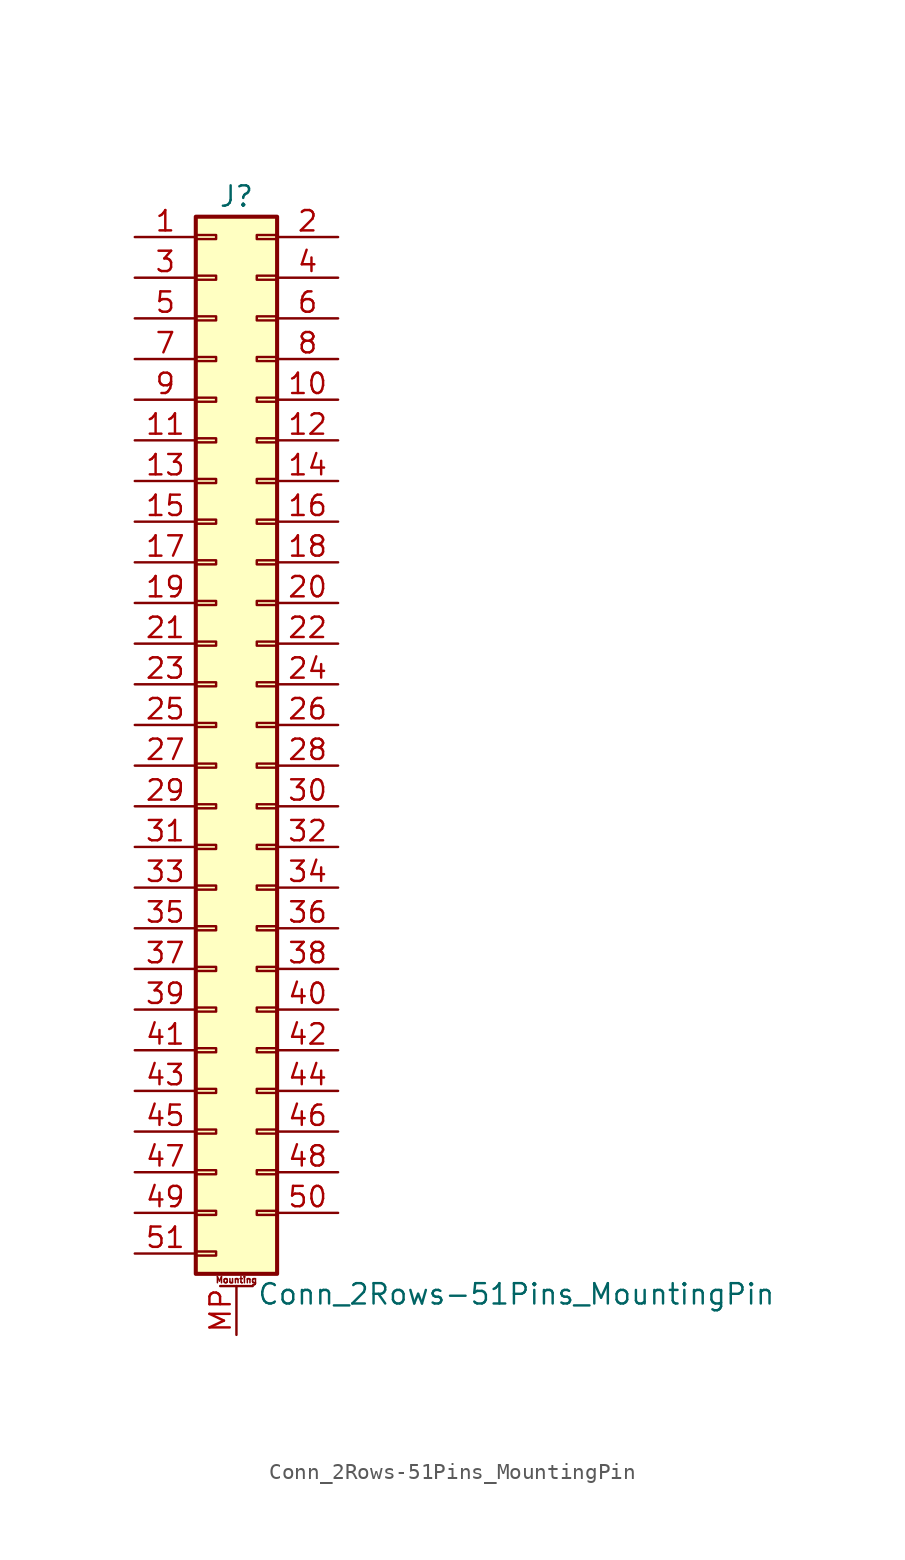
<source format=kicad_sym>
(kicad_symbol_lib
  (version 20211014)
  (generator kicad_symbol_editor)
  (symbol "Conn_2Rows-51Pins_MountingPin"
    (pin_names
      (offset 1.016) hide)
    (property "Reference" "J"
      (at 1.27 33.02 0)
      (effects (font (size 1.27 1.27))))
    (property "Value" "Conn_2Rows-51Pins_MountingPin"
      (at 2.54 -35.56 0)
      (effects (font (size 1.27 1.27)) (justify left)))
    (symbol "Conn_2Rows-51Pins_MountingPin_1_1"
      (rectangle (start -1.27 -32.893) (end 0 -33.147) (stroke (width 0.152) (type default) (color 0 0 0 0)) (fill (type none)))
      (rectangle (start -1.27 -30.353) (end 0 -30.607) (stroke (width 0.152) (type default) (color 0 0 0 0)) (fill (type none)))
      (rectangle (start -1.27 -27.813) (end 0 -28.067) (stroke (width 0.152) (type default) (color 0 0 0 0)) (fill (type none)))
      (rectangle (start -1.27 -25.273) (end 0 -25.527) (stroke (width 0.152) (type default) (color 0 0 0 0)) (fill (type none)))
      (rectangle (start -1.27 -22.733) (end 0 -22.987) (stroke (width 0.152) (type default) (color 0 0 0 0)) (fill (type none)))
      (rectangle (start -1.27 -20.193) (end 0 -20.447) (stroke (width 0.152) (type default) (color 0 0 0 0)) (fill (type none)))
      (rectangle (start -1.27 -17.653) (end 0 -17.907) (stroke (width 0.152) (type default) (color 0 0 0 0)) (fill (type none)))
      (rectangle (start -1.27 -15.113) (end 0 -15.367) (stroke (width 0.152) (type default) (color 0 0 0 0)) (fill (type none)))
      (rectangle (start -1.27 -12.573) (end 0 -12.827) (stroke (width 0.152) (type default) (color 0 0 0 0)) (fill (type none)))
      (rectangle (start -1.27 -10.033) (end 0 -10.287) (stroke (width 0.152) (type default) (color 0 0 0 0)) (fill (type none)))
      (rectangle (start -1.27 -7.493) (end 0 -7.747) (stroke (width 0.152) (type default) (color 0 0 0 0)) (fill (type none)))
      (rectangle (start -1.27 -4.953) (end 0 -5.207) (stroke (width 0.152) (type default) (color 0 0 0 0)) (fill (type none)))
      (rectangle (start -1.27 -2.413) (end 0 -2.667) (stroke (width 0.152) (type default) (color 0 0 0 0)) (fill (type none)))
      (rectangle (start -1.27 0.127) (end 0 -0.127) (stroke (width 0.152) (type default) (color 0 0 0 0)) (fill (type none)))
      (rectangle (start -1.27 2.667) (end 0 2.413) (stroke (width 0.152) (type default) (color 0 0 0 0)) (fill (type none)))
      (rectangle (start -1.27 5.207) (end 0 4.953) (stroke (width 0.152) (type default) (color 0 0 0 0)) (fill (type none)))
      (rectangle (start -1.27 7.747) (end 0 7.493) (stroke (width 0.152) (type default) (color 0 0 0 0)) (fill (type none)))
      (rectangle (start -1.27 10.287) (end 0 10.033) (stroke (width 0.152) (type default) (color 0 0 0 0)) (fill (type none)))
      (rectangle (start -1.27 12.827) (end 0 12.573) (stroke (width 0.152) (type default) (color 0 0 0 0)) (fill (type none)))
      (rectangle (start -1.27 15.367) (end 0 15.113) (stroke (width 0.152) (type default) (color 0 0 0 0)) (fill (type none)))
      (rectangle (start -1.27 17.907) (end 0 17.653) (stroke (width 0.152) (type default) (color 0 0 0 0)) (fill (type none)))
      (rectangle (start -1.27 20.447) (end 0 20.193) (stroke (width 0.152) (type default) (color 0 0 0 0)) (fill (type none)))
      (rectangle (start -1.27 22.987) (end 0 22.733) (stroke (width 0.152) (type default) (color 0 0 0 0)) (fill (type none)))
      (rectangle (start -1.27 25.527) (end 0 25.273) (stroke (width 0.152) (type default) (color 0 0 0 0)) (fill (type none)))
      (rectangle (start -1.27 28.067) (end 0 27.813) (stroke (width 0.152) (type default) (color 0 0 0 0)) (fill (type none)))
      (rectangle (start -1.27 30.607) (end 0 30.353) (stroke (width 0.152) (type default) (color 0 0 0 0)) (fill (type none)))
      (rectangle (start -1.27 31.75) (end 3.81 -34.29) (stroke (width 0.254) (type default) (color 0 0 0 0)) (fill (type background)))
      (polyline (pts (xy 0.254 -35.052) (xy 2.286 -35.052)) (stroke (width 0.152) (type default) (color 0 0 0 0)) (fill (type none)))
      (rectangle (start 3.81 -30.353) (end 2.54 -30.607) (stroke (width 0.152) (type default) (color 0 0 0 0)) (fill (type none)))
      (rectangle (start 3.81 -27.813) (end 2.54 -28.067) (stroke (width 0.152) (type default) (color 0 0 0 0)) (fill (type none)))
      (rectangle (start 3.81 -25.273) (end 2.54 -25.527) (stroke (width 0.152) (type default) (color 0 0 0 0)) (fill (type none)))
      (rectangle (start 3.81 -22.733) (end 2.54 -22.987) (stroke (width 0.152) (type default) (color 0 0 0 0)) (fill (type none)))
      (rectangle (start 3.81 -20.193) (end 2.54 -20.447) (stroke (width 0.152) (type default) (color 0 0 0 0)) (fill (type none)))
      (rectangle (start 3.81 -17.653) (end 2.54 -17.907) (stroke (width 0.152) (type default) (color 0 0 0 0)) (fill (type none)))
      (rectangle (start 3.81 -15.113) (end 2.54 -15.367) (stroke (width 0.152) (type default) (color 0 0 0 0)) (fill (type none)))
      (rectangle (start 3.81 -12.573) (end 2.54 -12.827) (stroke (width 0.152) (type default) (color 0 0 0 0)) (fill (type none)))
      (rectangle (start 3.81 -10.033) (end 2.54 -10.287) (stroke (width 0.152) (type default) (color 0 0 0 0)) (fill (type none)))
      (rectangle (start 3.81 -7.493) (end 2.54 -7.747) (stroke (width 0.152) (type default) (color 0 0 0 0)) (fill (type none)))
      (rectangle (start 3.81 -4.953) (end 2.54 -5.207) (stroke (width 0.152) (type default) (color 0 0 0 0)) (fill (type none)))
      (rectangle (start 3.81 -2.413) (end 2.54 -2.667) (stroke (width 0.152) (type default) (color 0 0 0 0)) (fill (type none)))
      (rectangle (start 3.81 0.127) (end 2.54 -0.127) (stroke (width 0.152) (type default) (color 0 0 0 0)) (fill (type none)))
      (rectangle (start 3.81 2.667) (end 2.54 2.413) (stroke (width 0.152) (type default) (color 0 0 0 0)) (fill (type none)))
      (rectangle (start 3.81 5.207) (end 2.54 4.953) (stroke (width 0.152) (type default) (color 0 0 0 0)) (fill (type none)))
      (rectangle (start 3.81 7.747) (end 2.54 7.493) (stroke (width 0.152) (type default) (color 0 0 0 0)) (fill (type none)))
      (rectangle (start 3.81 10.287) (end 2.54 10.033) (stroke (width 0.152) (type default) (color 0 0 0 0)) (fill (type none)))
      (rectangle (start 3.81 12.827) (end 2.54 12.573) (stroke (width 0.152) (type default) (color 0 0 0 0)) (fill (type none)))
      (rectangle (start 3.81 15.367) (end 2.54 15.113) (stroke (width 0.152) (type default) (color 0 0 0 0)) (fill (type none)))
      (rectangle (start 3.81 17.907) (end 2.54 17.653) (stroke (width 0.152) (type default) (color 0 0 0 0)) (fill (type none)))
      (rectangle (start 3.81 20.447) (end 2.54 20.193) (stroke (width 0.152) (type default) (color 0 0 0 0)) (fill (type none)))
      (rectangle (start 3.81 22.987) (end 2.54 22.733) (stroke (width 0.152) (type default) (color 0 0 0 0)) (fill (type none)))
      (rectangle (start 3.81 25.527) (end 2.54 25.273) (stroke (width 0.152) (type default) (color 0 0 0 0)) (fill (type none)))
      (rectangle (start 3.81 28.067) (end 2.54 27.813) (stroke (width 0.152) (type default) (color 0 0 0 0)) (fill (type none)))
      (rectangle (start 3.81 30.607) (end 2.54 30.353) (stroke (width 0.152) (type default) (color 0 0 0 0)) (fill (type none)))
      (text "Mounting" (at 1.27 -34.671 0) (effects (font (size 0.381 0.381))))
      (pin passive line (at -5.08 30.48 0) (length 3.81) (name "Pin_1" (effects (font (size 1.27 1.27)))) (number "1" (effects (font (size 1.27 1.27)))))
      (pin passive line (at 7.62 20.32 180) (length 3.81) (name "Pin_10" (effects (font (size 1.27 1.27)))) (number "10" (effects (font (size 1.27 1.27)))))
      (pin passive line (at -5.08 17.78 0) (length 3.81) (name "Pin_11" (effects (font (size 1.27 1.27)))) (number "11" (effects (font (size 1.27 1.27)))))
      (pin passive line (at 7.62 17.78 180) (length 3.81) (name "Pin_12" (effects (font (size 1.27 1.27)))) (number "12" (effects (font (size 1.27 1.27)))))
      (pin passive line (at -5.08 15.24 0) (length 3.81) (name "Pin_13" (effects (font (size 1.27 1.27)))) (number "13" (effects (font (size 1.27 1.27)))))
      (pin passive line (at 7.62 15.24 180) (length 3.81) (name "Pin_14" (effects (font (size 1.27 1.27)))) (number "14" (effects (font (size 1.27 1.27)))))
      (pin passive line (at -5.08 12.7 0) (length 3.81) (name "Pin_15" (effects (font (size 1.27 1.27)))) (number "15" (effects (font (size 1.27 1.27)))))
      (pin passive line (at 7.62 12.7 180) (length 3.81) (name "Pin_16" (effects (font (size 1.27 1.27)))) (number "16" (effects (font (size 1.27 1.27)))))
      (pin passive line (at -5.08 10.16 0) (length 3.81) (name "Pin_17" (effects (font (size 1.27 1.27)))) (number "17" (effects (font (size 1.27 1.27)))))
      (pin passive line (at 7.62 10.16 180) (length 3.81) (name "Pin_18" (effects (font (size 1.27 1.27)))) (number "18" (effects (font (size 1.27 1.27)))))
      (pin passive line (at -5.08 7.62 0) (length 3.81) (name "Pin_19" (effects (font (size 1.27 1.27)))) (number "19" (effects (font (size 1.27 1.27)))))
      (pin passive line (at 7.62 30.48 180) (length 3.81) (name "Pin_2" (effects (font (size 1.27 1.27)))) (number "2" (effects (font (size 1.27 1.27)))))
      (pin passive line (at 7.62 7.62 180) (length 3.81) (name "Pin_20" (effects (font (size 1.27 1.27)))) (number "20" (effects (font (size 1.27 1.27)))))
      (pin passive line (at -5.08 5.08 0) (length 3.81) (name "Pin_21" (effects (font (size 1.27 1.27)))) (number "21" (effects (font (size 1.27 1.27)))))
      (pin passive line (at 7.62 5.08 180) (length 3.81) (name "Pin_22" (effects (font (size 1.27 1.27)))) (number "22" (effects (font (size 1.27 1.27)))))
      (pin passive line (at -5.08 2.54 0) (length 3.81) (name "Pin_23" (effects (font (size 1.27 1.27)))) (number "23" (effects (font (size 1.27 1.27)))))
      (pin passive line (at 7.62 2.54 180) (length 3.81) (name "Pin_24" (effects (font (size 1.27 1.27)))) (number "24" (effects (font (size 1.27 1.27)))))
      (pin passive line (at -5.08 0 0) (length 3.81) (name "Pin_25" (effects (font (size 1.27 1.27)))) (number "25" (effects (font (size 1.27 1.27)))))
      (pin passive line (at 7.62 0 180) (length 3.81) (name "Pin_26" (effects (font (size 1.27 1.27)))) (number "26" (effects (font (size 1.27 1.27)))))
      (pin passive line (at -5.08 -2.54 0) (length 3.81) (name "Pin_27" (effects (font (size 1.27 1.27)))) (number "27" (effects (font (size 1.27 1.27)))))
      (pin passive line (at 7.62 -2.54 180) (length 3.81) (name "Pin_28" (effects (font (size 1.27 1.27)))) (number "28" (effects (font (size 1.27 1.27)))))
      (pin passive line (at -5.08 -5.08 0) (length 3.81) (name "Pin_29" (effects (font (size 1.27 1.27)))) (number "29" (effects (font (size 1.27 1.27)))))
      (pin passive line (at -5.08 27.94 0) (length 3.81) (name "Pin_3" (effects (font (size 1.27 1.27)))) (number "3" (effects (font (size 1.27 1.27)))))
      (pin passive line (at 7.62 -5.08 180) (length 3.81) (name "Pin_30" (effects (font (size 1.27 1.27)))) (number "30" (effects (font (size 1.27 1.27)))))
      (pin passive line (at -5.08 -7.62 0) (length 3.81) (name "Pin_31" (effects (font (size 1.27 1.27)))) (number "31" (effects (font (size 1.27 1.27)))))
      (pin passive line (at 7.62 -7.62 180) (length 3.81) (name "Pin_32" (effects (font (size 1.27 1.27)))) (number "32" (effects (font (size 1.27 1.27)))))
      (pin passive line (at -5.08 -10.16 0) (length 3.81) (name "Pin_33" (effects (font (size 1.27 1.27)))) (number "33" (effects (font (size 1.27 1.27)))))
      (pin passive line (at 7.62 -10.16 180) (length 3.81) (name "Pin_34" (effects (font (size 1.27 1.27)))) (number "34" (effects (font (size 1.27 1.27)))))
      (pin passive line (at -5.08 -12.7 0) (length 3.81) (name "Pin_35" (effects (font (size 1.27 1.27)))) (number "35" (effects (font (size 1.27 1.27)))))
      (pin passive line (at 7.62 -12.7 180) (length 3.81) (name "Pin_36" (effects (font (size 1.27 1.27)))) (number "36" (effects (font (size 1.27 1.27)))))
      (pin passive line (at -5.08 -15.24 0) (length 3.81) (name "Pin_37" (effects (font (size 1.27 1.27)))) (number "37" (effects (font (size 1.27 1.27)))))
      (pin passive line (at 7.62 -15.24 180) (length 3.81) (name "Pin_38" (effects (font (size 1.27 1.27)))) (number "38" (effects (font (size 1.27 1.27)))))
      (pin passive line (at -5.08 -17.78 0) (length 3.81) (name "Pin_39" (effects (font (size 1.27 1.27)))) (number "39" (effects (font (size 1.27 1.27)))))
      (pin passive line (at 7.62 27.94 180) (length 3.81) (name "Pin_4" (effects (font (size 1.27 1.27)))) (number "4" (effects (font (size 1.27 1.27)))))
      (pin passive line (at 7.62 -17.78 180) (length 3.81) (name "Pin_40" (effects (font (size 1.27 1.27)))) (number "40" (effects (font (size 1.27 1.27)))))
      (pin passive line (at -5.08 -20.32 0) (length 3.81) (name "Pin_41" (effects (font (size 1.27 1.27)))) (number "41" (effects (font (size 1.27 1.27)))))
      (pin passive line (at 7.62 -20.32 180) (length 3.81) (name "Pin_42" (effects (font (size 1.27 1.27)))) (number "42" (effects (font (size 1.27 1.27)))))
      (pin passive line (at -5.08 -22.86 0) (length 3.81) (name "Pin_43" (effects (font (size 1.27 1.27)))) (number "43" (effects (font (size 1.27 1.27)))))
      (pin passive line (at 7.62 -22.86 180) (length 3.81) (name "Pin_44" (effects (font (size 1.27 1.27)))) (number "44" (effects (font (size 1.27 1.27)))))
      (pin passive line (at -5.08 -25.4 0) (length 3.81) (name "Pin_45" (effects (font (size 1.27 1.27)))) (number "45" (effects (font (size 1.27 1.27)))))
      (pin passive line (at 7.62 -25.4 180) (length 3.81) (name "Pin_46" (effects (font (size 1.27 1.27)))) (number "46" (effects (font (size 1.27 1.27)))))
      (pin passive line (at -5.08 -27.94 0) (length 3.81) (name "Pin_47" (effects (font (size 1.27 1.27)))) (number "47" (effects (font (size 1.27 1.27)))))
      (pin passive line (at 7.62 -27.94 180) (length 3.81) (name "Pin_48" (effects (font (size 1.27 1.27)))) (number "48" (effects (font (size 1.27 1.27)))))
      (pin passive line (at -5.08 -30.48 0) (length 3.81) (name "Pin_49" (effects (font (size 1.27 1.27)))) (number "49" (effects (font (size 1.27 1.27)))))
      (pin passive line (at -5.08 25.4 0) (length 3.81) (name "Pin_5" (effects (font (size 1.27 1.27)))) (number "5" (effects (font (size 1.27 1.27)))))
      (pin passive line (at 7.62 -30.48 180) (length 3.81) (name "Pin_50" (effects (font (size 1.27 1.27)))) (number "50" (effects (font (size 1.27 1.27)))))
      (pin passive line (at -5.08 -33.02 0) (length 3.81) (name "Pin_51" (effects (font (size 1.27 1.27)))) (number "51" (effects (font (size 1.27 1.27)))))
      (pin passive line (at 7.62 25.4 180) (length 3.81) (name "Pin_6" (effects (font (size 1.27 1.27)))) (number "6" (effects (font (size 1.27 1.27)))))
      (pin passive line (at -5.08 22.86 0) (length 3.81) (name "Pin_7" (effects (font (size 1.27 1.27)))) (number "7" (effects (font (size 1.27 1.27)))))
      (pin passive line (at 7.62 22.86 180) (length 3.81) (name "Pin_8" (effects (font (size 1.27 1.27)))) (number "8" (effects (font (size 1.27 1.27)))))
      (pin passive line (at -5.08 20.32 0) (length 3.81) (name "Pin_9" (effects (font (size 1.27 1.27)))) (number "9" (effects (font (size 1.27 1.27)))))
      (pin passive line (at 1.27 -38.1 90) (length 3.048) (name "MountPin" (effects (font (size 1.27 1.27)))) (number "MP" (effects (font (size 1.27 1.27))))))))
</source>
